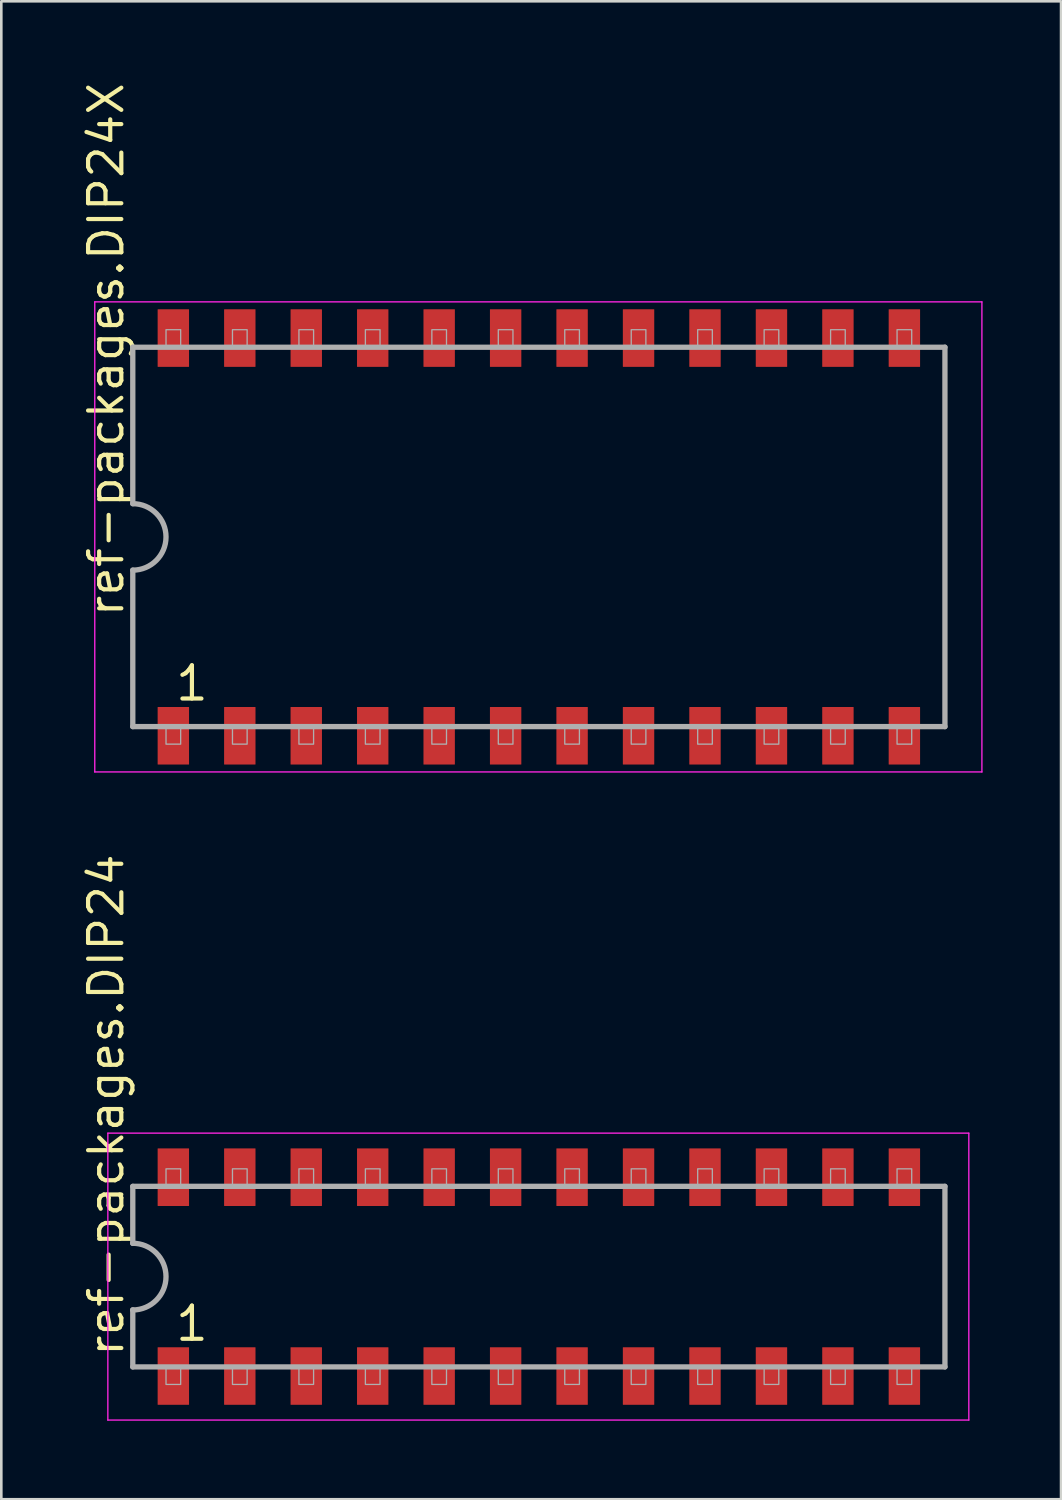
<source format=kicad_pcb>
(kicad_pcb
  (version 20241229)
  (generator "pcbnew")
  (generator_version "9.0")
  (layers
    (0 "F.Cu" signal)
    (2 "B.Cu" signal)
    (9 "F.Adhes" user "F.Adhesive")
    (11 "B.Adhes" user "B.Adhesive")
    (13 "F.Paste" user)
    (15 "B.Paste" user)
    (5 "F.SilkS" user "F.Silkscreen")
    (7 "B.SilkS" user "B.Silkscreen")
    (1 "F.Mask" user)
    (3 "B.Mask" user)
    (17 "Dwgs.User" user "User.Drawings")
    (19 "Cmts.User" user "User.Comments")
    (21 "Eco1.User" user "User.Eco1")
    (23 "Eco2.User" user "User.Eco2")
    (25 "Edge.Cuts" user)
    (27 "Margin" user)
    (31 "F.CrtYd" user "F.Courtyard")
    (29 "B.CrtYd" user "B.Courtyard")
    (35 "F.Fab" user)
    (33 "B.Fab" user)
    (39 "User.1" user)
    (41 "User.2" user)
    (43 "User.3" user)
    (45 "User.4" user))
  (footprint "ref-packages.DIP24X"
    (layer "F.Cu")
    (at 17.545 17.471)
    (property "Reference" "ref-packages.DIP24X" (at -15.795 3.135 90) (layer "F.SilkS") (effects (font (size 1.27 1.27) (thickness 0.16)) (justify left bottom)))
    (attr smd)
    (fp_line (start -16.973 -8.983) (end 16.933 -8.983) (stroke (width 0.051) (type default)) (layer "F.CrtYd"))
    (fp_line (start -16.973 8.983) (end -16.973 -8.983) (stroke (width 0.051) (type default)) (layer "F.CrtYd"))
    (fp_line (start 16.933 -8.983) (end 16.933 8.983) (stroke (width 0.051) (type default)) (layer "F.CrtYd"))
    (fp_line (start 16.933 8.983) (end -16.973 8.983) (stroke (width 0.051) (type default)) (layer "F.CrtYd"))
    (fp_line (start -15.52 -7.25) (end -15.52 -1.27) (stroke (width 0.203) (type default)) (layer "F.Fab"))
    (fp_line (start -15.52 1.27) (end -15.52 7.25) (stroke (width 0.203) (type default)) (layer "F.Fab"))
    (fp_line (start -15.52 7.25) (end 15.52 7.25) (stroke (width 0.203) (type default)) (layer "F.Fab"))
    (fp_line (start 15.52 -7.25) (end -15.52 -7.25) (stroke (width 0.203) (type default)) (layer "F.Fab"))
    (fp_line (start 15.52 7.25) (end 15.52 -7.25) (stroke (width 0.203) (type default)) (layer "F.Fab"))
    (fp_rect (start -14.25 -7.25) (end -13.69 -7.92) (stroke (width 0.05) (type default)) (fill no) (layer "F.Fab"))
    (fp_rect (start -14.25 7.92) (end -13.69 7.25) (stroke (width 0.05) (type default)) (fill no) (layer "F.Fab"))
    (fp_rect (start -11.71 -7.25) (end -11.15 -7.92) (stroke (width 0.05) (type default)) (fill no) (layer "F.Fab"))
    (fp_rect (start -11.71 7.92) (end -11.15 7.25) (stroke (width 0.05) (type default)) (fill no) (layer "F.Fab"))
    (fp_rect (start -9.17 -7.25) (end -8.61 -7.92) (stroke (width 0.05) (type default)) (fill no) (layer "F.Fab"))
    (fp_rect (start -9.17 7.92) (end -8.61 7.25) (stroke (width 0.05) (type default)) (fill no) (layer "F.Fab"))
    (fp_rect (start -6.63 -7.25) (end -6.07 -7.92) (stroke (width 0.05) (type default)) (fill no) (layer "F.Fab"))
    (fp_rect (start -6.63 7.92) (end -6.07 7.25) (stroke (width 0.05) (type default)) (fill no) (layer "F.Fab"))
    (fp_rect (start -4.09 -7.25) (end -3.53 -7.92) (stroke (width 0.05) (type default)) (fill no) (layer "F.Fab"))
    (fp_rect (start -4.09 7.92) (end -3.53 7.25) (stroke (width 0.05) (type default)) (fill no) (layer "F.Fab"))
    (fp_rect (start -1.55 -7.25) (end -0.99 -7.92) (stroke (width 0.05) (type default)) (fill no) (layer "F.Fab"))
    (fp_rect (start -1.55 7.92) (end -0.99 7.25) (stroke (width 0.05) (type default)) (fill no) (layer "F.Fab"))
    (fp_rect (start 0.99 -7.25) (end 1.55 -7.92) (stroke (width 0.05) (type default)) (fill no) (layer "F.Fab"))
    (fp_rect (start 0.99 7.92) (end 1.55 7.25) (stroke (width 0.05) (type default)) (fill no) (layer "F.Fab"))
    (fp_rect (start 3.53 -7.25) (end 4.09 -7.92) (stroke (width 0.05) (type default)) (fill no) (layer "F.Fab"))
    (fp_rect (start 3.53 7.92) (end 4.09 7.25) (stroke (width 0.05) (type default)) (fill no) (layer "F.Fab"))
    (fp_rect (start 6.07 -7.25) (end 6.63 -7.92) (stroke (width 0.05) (type default)) (fill no) (layer "F.Fab"))
    (fp_rect (start 6.07 7.92) (end 6.63 7.25) (stroke (width 0.05) (type default)) (fill no) (layer "F.Fab"))
    (fp_rect (start 8.61 -7.25) (end 9.17 -7.92) (stroke (width 0.05) (type default)) (fill no) (layer "F.Fab"))
    (fp_rect (start 8.61 7.92) (end 9.17 7.25) (stroke (width 0.05) (type default)) (fill no) (layer "F.Fab"))
    (fp_rect (start 11.15 -7.25) (end 11.71 -7.92) (stroke (width 0.05) (type default)) (fill no) (layer "F.Fab"))
    (fp_rect (start 11.15 7.92) (end 11.71 7.25) (stroke (width 0.05) (type default)) (fill no) (layer "F.Fab"))
    (fp_rect (start 13.69 -7.25) (end 14.25 -7.92) (stroke (width 0.05) (type default)) (fill no) (layer "F.Fab"))
    (fp_rect (start 13.69 7.92) (end 14.25 7.25) (stroke (width 0.05) (type default)) (fill no) (layer "F.Fab"))
    (fp_arc (start -15.52 -1.27) (mid -14.25 0) (end -15.52 1.27) (stroke (width 0.2032) (type default)) (layer "F.Fab"))
    (fp_text user "1" (at -13.97 6.34 0) (layer "F.SilkS") (effects (font (size 1.27 1.27) (thickness 0.16)) (justify left bottom)))
    (pad "1" smd roundrect (at -13.97 7.6) (size 1.2 2.2) (layers "F.Cu" "F.Mask" "F.Paste") (roundrect_rratio 0.01))
    (pad "2" smd roundrect (at -11.43 7.6) (size 1.2 2.2) (layers "F.Cu" "F.Mask" "F.Paste") (roundrect_rratio 0.01))
    (pad "3" smd roundrect (at -8.89 7.6) (size 1.2 2.2) (layers "F.Cu" "F.Mask" "F.Paste") (roundrect_rratio 0.01))
    (pad "4" smd roundrect (at -6.35 7.6) (size 1.2 2.2) (layers "F.Cu" "F.Mask" "F.Paste") (roundrect_rratio 0.01))
    (pad "5" smd roundrect (at -3.81 7.6) (size 1.2 2.2) (layers "F.Cu" "F.Mask" "F.Paste") (roundrect_rratio 0.01))
    (pad "6" smd roundrect (at -1.27 7.6) (size 1.2 2.2) (layers "F.Cu" "F.Mask" "F.Paste") (roundrect_rratio 0.01))
    (pad "7" smd roundrect (at 1.27 7.6) (size 1.2 2.2) (layers "F.Cu" "F.Mask" "F.Paste") (roundrect_rratio 0.01))
    (pad "8" smd roundrect (at 3.81 7.6) (size 1.2 2.2) (layers "F.Cu" "F.Mask" "F.Paste") (roundrect_rratio 0.01))
    (pad "9" smd roundrect (at 6.35 7.6) (size 1.2 2.2) (layers "F.Cu" "F.Mask" "F.Paste") (roundrect_rratio 0.01))
    (pad "10" smd roundrect (at 8.89 7.6) (size 1.2 2.2) (layers "F.Cu" "F.Mask" "F.Paste") (roundrect_rratio 0.01))
    (pad "11" smd roundrect (at 11.43 7.6) (size 1.2 2.2) (layers "F.Cu" "F.Mask" "F.Paste") (roundrect_rratio 0.01))
    (pad "12" smd roundrect (at 13.97 7.6) (size 1.2 2.2) (layers "F.Cu" "F.Mask" "F.Paste") (roundrect_rratio 0.01))
    (pad "13" smd roundrect (at 13.97 -7.6) (size 1.2 2.2) (layers "F.Cu" "F.Mask" "F.Paste") (roundrect_rratio 0.01))
    (pad "14" smd roundrect (at 11.43 -7.6) (size 1.2 2.2) (layers "F.Cu" "F.Mask" "F.Paste") (roundrect_rratio 0.01))
    (pad "15" smd roundrect (at 8.89 -7.6) (size 1.2 2.2) (layers "F.Cu" "F.Mask" "F.Paste") (roundrect_rratio 0.01))
    (pad "16" smd roundrect (at 6.35 -7.6) (size 1.2 2.2) (layers "F.Cu" "F.Mask" "F.Paste") (roundrect_rratio 0.01))
    (pad "17" smd roundrect (at 3.81 -7.6) (size 1.2 2.2) (layers "F.Cu" "F.Mask" "F.Paste") (roundrect_rratio 0.01))
    (pad "18" smd roundrect (at 1.27 -7.6) (size 1.2 2.2) (layers "F.Cu" "F.Mask" "F.Paste") (roundrect_rratio 0.01))
    (pad "19" smd roundrect (at -1.27 -7.6) (size 1.2 2.2) (layers "F.Cu" "F.Mask" "F.Paste") (roundrect_rratio 0.01))
    (pad "20" smd roundrect (at -3.81 -7.6) (size 1.2 2.2) (layers "F.Cu" "F.Mask" "F.Paste") (roundrect_rratio 0.01))
    (pad "21" smd roundrect (at -6.35 -7.6) (size 1.2 2.2) (layers "F.Cu" "F.Mask" "F.Paste") (roundrect_rratio 0.01))
    (pad "22" smd roundrect (at -8.89 -7.6) (size 1.2 2.2) (layers "F.Cu" "F.Mask" "F.Paste") (roundrect_rratio 0.01))
    (pad "23" smd roundrect (at -11.43 -7.6) (size 1.2 2.2) (layers "F.Cu" "F.Mask" "F.Paste") (roundrect_rratio 0.01))
    (pad "24" smd roundrect (at -13.97 -7.6) (size 1.2 2.2) (layers "F.Cu" "F.Mask" "F.Paste") (roundrect_rratio 0.01)))
  (footprint "ref-packages.DIP24"
    (layer "F.Cu")
    (at 17.545 45.742)
    (property "Reference" "ref-packages.DIP24" (at -15.795 3.135 90) (layer "F.SilkS") (effects (font (size 1.27 1.27) (thickness 0.16)) (justify left bottom)))
    (attr smd)
    (fp_line (start -16.473 -5.483) (end 16.433 -5.483) (stroke (width 0.051) (type default)) (layer "F.CrtYd"))
    (fp_line (start -16.473 5.483) (end -16.473 -5.483) (stroke (width 0.051) (type default)) (layer "F.CrtYd"))
    (fp_line (start 16.433 -5.483) (end 16.433 5.483) (stroke (width 0.051) (type default)) (layer "F.CrtYd"))
    (fp_line (start 16.433 5.483) (end -16.473 5.483) (stroke (width 0.051) (type default)) (layer "F.CrtYd"))
    (fp_line (start -15.52 -3.45) (end -15.52 -1.27) (stroke (width 0.203) (type default)) (layer "F.Fab"))
    (fp_line (start -15.52 1.27) (end -15.52 3.45) (stroke (width 0.203) (type default)) (layer "F.Fab"))
    (fp_line (start -15.52 3.45) (end 15.52 3.45) (stroke (width 0.203) (type default)) (layer "F.Fab"))
    (fp_line (start 15.52 -3.45) (end -15.52 -3.45) (stroke (width 0.203) (type default)) (layer "F.Fab"))
    (fp_line (start 15.52 3.45) (end 15.52 -3.45) (stroke (width 0.203) (type default)) (layer "F.Fab"))
    (fp_rect (start -14.25 -3.45) (end -13.69 -4.12) (stroke (width 0.05) (type default)) (fill no) (layer "F.Fab"))
    (fp_rect (start -14.25 4.12) (end -13.69 3.45) (stroke (width 0.05) (type default)) (fill no) (layer "F.Fab"))
    (fp_rect (start -11.71 -3.45) (end -11.15 -4.12) (stroke (width 0.05) (type default)) (fill no) (layer "F.Fab"))
    (fp_rect (start -11.71 4.12) (end -11.15 3.45) (stroke (width 0.05) (type default)) (fill no) (layer "F.Fab"))
    (fp_rect (start -9.17 -3.45) (end -8.61 -4.12) (stroke (width 0.05) (type default)) (fill no) (layer "F.Fab"))
    (fp_rect (start -9.17 4.12) (end -8.61 3.45) (stroke (width 0.05) (type default)) (fill no) (layer "F.Fab"))
    (fp_rect (start -6.63 -3.45) (end -6.07 -4.12) (stroke (width 0.05) (type default)) (fill no) (layer "F.Fab"))
    (fp_rect (start -6.63 4.12) (end -6.07 3.45) (stroke (width 0.05) (type default)) (fill no) (layer "F.Fab"))
    (fp_rect (start -4.09 -3.45) (end -3.53 -4.12) (stroke (width 0.05) (type default)) (fill no) (layer "F.Fab"))
    (fp_rect (start -4.09 4.12) (end -3.53 3.45) (stroke (width 0.05) (type default)) (fill no) (layer "F.Fab"))
    (fp_rect (start -1.55 -3.45) (end -0.99 -4.12) (stroke (width 0.05) (type default)) (fill no) (layer "F.Fab"))
    (fp_rect (start -1.55 4.12) (end -0.99 3.45) (stroke (width 0.05) (type default)) (fill no) (layer "F.Fab"))
    (fp_rect (start 0.99 -3.45) (end 1.55 -4.12) (stroke (width 0.05) (type default)) (fill no) (layer "F.Fab"))
    (fp_rect (start 0.99 4.12) (end 1.55 3.45) (stroke (width 0.05) (type default)) (fill no) (layer "F.Fab"))
    (fp_rect (start 3.53 -3.45) (end 4.09 -4.12) (stroke (width 0.05) (type default)) (fill no) (layer "F.Fab"))
    (fp_rect (start 3.53 4.12) (end 4.09 3.45) (stroke (width 0.05) (type default)) (fill no) (layer "F.Fab"))
    (fp_rect (start 6.07 -3.45) (end 6.63 -4.12) (stroke (width 0.05) (type default)) (fill no) (layer "F.Fab"))
    (fp_rect (start 6.07 4.12) (end 6.63 3.45) (stroke (width 0.05) (type default)) (fill no) (layer "F.Fab"))
    (fp_rect (start 8.61 -3.45) (end 9.17 -4.12) (stroke (width 0.05) (type default)) (fill no) (layer "F.Fab"))
    (fp_rect (start 8.61 4.12) (end 9.17 3.45) (stroke (width 0.05) (type default)) (fill no) (layer "F.Fab"))
    (fp_rect (start 11.15 -3.45) (end 11.71 -4.12) (stroke (width 0.05) (type default)) (fill no) (layer "F.Fab"))
    (fp_rect (start 11.15 4.12) (end 11.71 3.45) (stroke (width 0.05) (type default)) (fill no) (layer "F.Fab"))
    (fp_rect (start 13.69 -3.45) (end 14.25 -4.12) (stroke (width 0.05) (type default)) (fill no) (layer "F.Fab"))
    (fp_rect (start 13.69 4.12) (end 14.25 3.45) (stroke (width 0.05) (type default)) (fill no) (layer "F.Fab"))
    (fp_arc (start -15.525 -1.275) (mid -14.25 0) (end -15.525 1.275) (stroke (width 0.2032) (type default)) (layer "F.Fab"))
    (fp_text user "1" (at -13.97 2.54 0) (layer "F.SilkS") (effects (font (size 1.27 1.27) (thickness 0.16)) (justify left bottom)))
    (pad "1" smd roundrect (at -13.97 3.8) (size 1.2 2.2) (layers "F.Cu" "F.Mask" "F.Paste") (roundrect_rratio 0.01))
    (pad "2" smd roundrect (at -11.43 3.8) (size 1.2 2.2) (layers "F.Cu" "F.Mask" "F.Paste") (roundrect_rratio 0.01))
    (pad "3" smd roundrect (at -8.89 3.8) (size 1.2 2.2) (layers "F.Cu" "F.Mask" "F.Paste") (roundrect_rratio 0.01))
    (pad "4" smd roundrect (at -6.35 3.8) (size 1.2 2.2) (layers "F.Cu" "F.Mask" "F.Paste") (roundrect_rratio 0.01))
    (pad "5" smd roundrect (at -3.81 3.8) (size 1.2 2.2) (layers "F.Cu" "F.Mask" "F.Paste") (roundrect_rratio 0.01))
    (pad "6" smd roundrect (at -1.27 3.8) (size 1.2 2.2) (layers "F.Cu" "F.Mask" "F.Paste") (roundrect_rratio 0.01))
    (pad "7" smd roundrect (at 1.27 3.8) (size 1.2 2.2) (layers "F.Cu" "F.Mask" "F.Paste") (roundrect_rratio 0.01))
    (pad "8" smd roundrect (at 3.81 3.8) (size 1.2 2.2) (layers "F.Cu" "F.Mask" "F.Paste") (roundrect_rratio 0.01))
    (pad "9" smd roundrect (at 6.35 3.8) (size 1.2 2.2) (layers "F.Cu" "F.Mask" "F.Paste") (roundrect_rratio 0.01))
    (pad "10" smd roundrect (at 8.89 3.8) (size 1.2 2.2) (layers "F.Cu" "F.Mask" "F.Paste") (roundrect_rratio 0.01))
    (pad "11" smd roundrect (at 11.43 3.8) (size 1.2 2.2) (layers "F.Cu" "F.Mask" "F.Paste") (roundrect_rratio 0.01))
    (pad "12" smd roundrect (at 13.97 3.8) (size 1.2 2.2) (layers "F.Cu" "F.Mask" "F.Paste") (roundrect_rratio 0.01))
    (pad "13" smd roundrect (at 13.97 -3.8) (size 1.2 2.2) (layers "F.Cu" "F.Mask" "F.Paste") (roundrect_rratio 0.01))
    (pad "14" smd roundrect (at 11.43 -3.8) (size 1.2 2.2) (layers "F.Cu" "F.Mask" "F.Paste") (roundrect_rratio 0.01))
    (pad "15" smd roundrect (at 8.89 -3.8) (size 1.2 2.2) (layers "F.Cu" "F.Mask" "F.Paste") (roundrect_rratio 0.01))
    (pad "16" smd roundrect (at 6.35 -3.8) (size 1.2 2.2) (layers "F.Cu" "F.Mask" "F.Paste") (roundrect_rratio 0.01))
    (pad "17" smd roundrect (at 3.81 -3.8) (size 1.2 2.2) (layers "F.Cu" "F.Mask" "F.Paste") (roundrect_rratio 0.01))
    (pad "18" smd roundrect (at 1.27 -3.8) (size 1.2 2.2) (layers "F.Cu" "F.Mask" "F.Paste") (roundrect_rratio 0.01))
    (pad "19" smd roundrect (at -1.27 -3.8) (size 1.2 2.2) (layers "F.Cu" "F.Mask" "F.Paste") (roundrect_rratio 0.01))
    (pad "20" smd roundrect (at -3.81 -3.8) (size 1.2 2.2) (layers "F.Cu" "F.Mask" "F.Paste") (roundrect_rratio 0.01))
    (pad "21" smd roundrect (at -6.35 -3.8) (size 1.2 2.2) (layers "F.Cu" "F.Mask" "F.Paste") (roundrect_rratio 0.01))
    (pad "22" smd roundrect (at -8.89 -3.8) (size 1.2 2.2) (layers "F.Cu" "F.Mask" "F.Paste") (roundrect_rratio 0.01))
    (pad "23" smd roundrect (at -11.43 -3.8) (size 1.2 2.2) (layers "F.Cu" "F.Mask" "F.Paste") (roundrect_rratio 0.01))
    (pad "24" smd roundrect (at -13.97 -3.8) (size 1.2 2.2) (layers "F.Cu" "F.Mask" "F.Paste") (roundrect_rratio 0.01)))
  (gr_rect
    (start -3 -3)
    (end 37.503 54.25)
    (stroke (width 0.1) (type default))
    (fill no)
    (layer "Edge.Cuts")))
</source>
